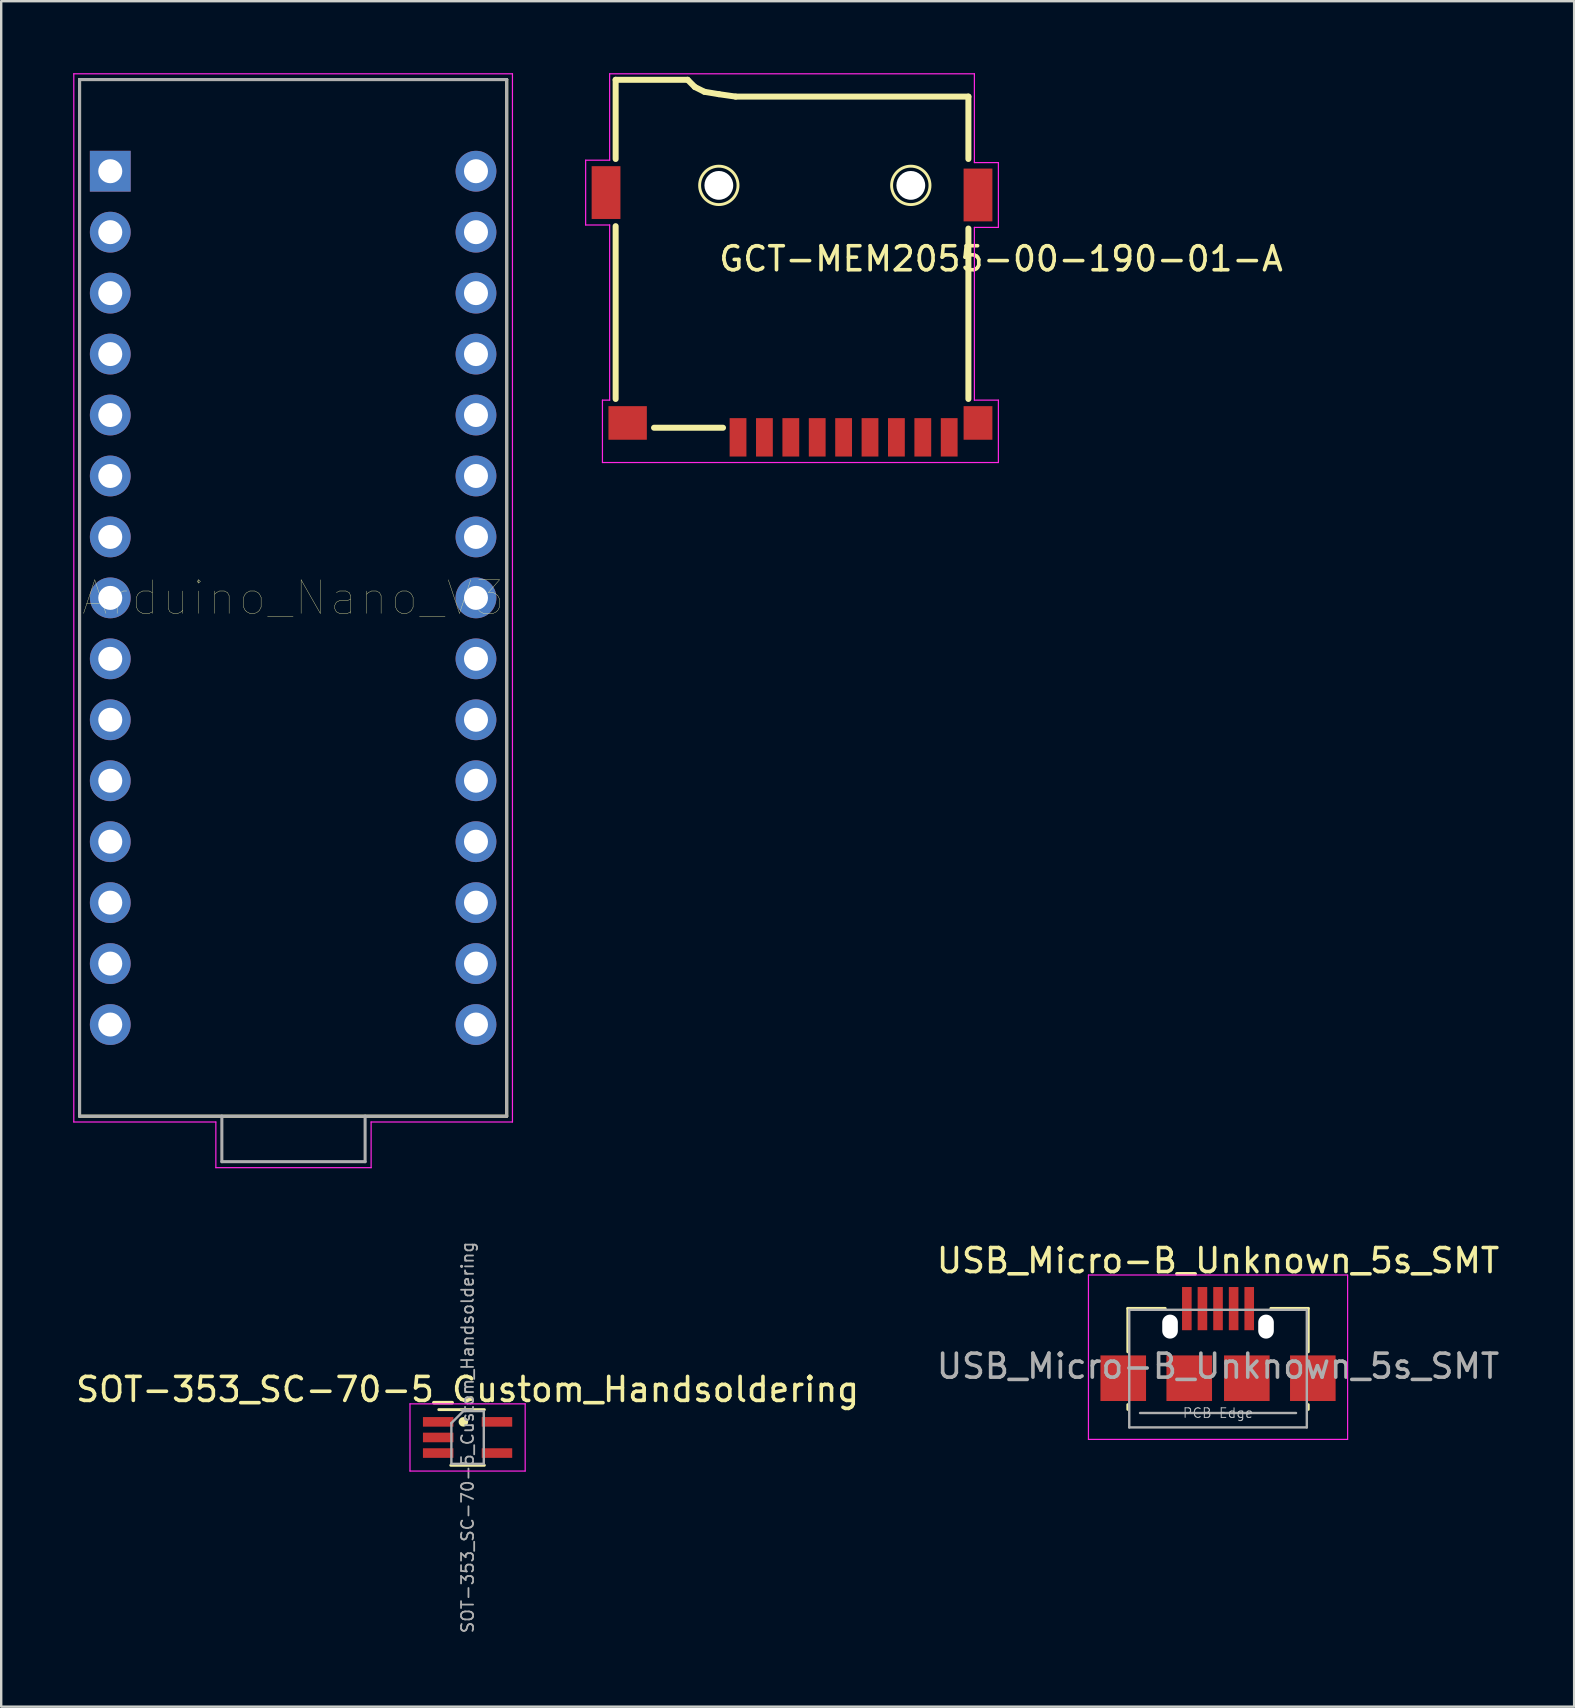
<source format=kicad_pcb>
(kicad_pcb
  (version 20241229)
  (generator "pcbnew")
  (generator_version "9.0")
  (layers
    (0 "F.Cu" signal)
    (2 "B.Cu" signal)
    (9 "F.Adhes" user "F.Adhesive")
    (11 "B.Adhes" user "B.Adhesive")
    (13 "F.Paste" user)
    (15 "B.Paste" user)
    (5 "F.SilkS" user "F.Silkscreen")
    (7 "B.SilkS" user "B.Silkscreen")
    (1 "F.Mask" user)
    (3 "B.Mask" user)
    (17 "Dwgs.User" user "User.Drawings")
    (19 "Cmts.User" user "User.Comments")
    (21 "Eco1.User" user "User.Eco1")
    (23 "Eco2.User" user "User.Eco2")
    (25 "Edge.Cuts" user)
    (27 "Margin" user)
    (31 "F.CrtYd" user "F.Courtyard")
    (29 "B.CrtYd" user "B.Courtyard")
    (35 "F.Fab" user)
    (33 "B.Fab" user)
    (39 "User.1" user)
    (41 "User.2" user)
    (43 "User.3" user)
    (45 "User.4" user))
  (footprint "Arduino_Nano_V3"
    (layer "F.Cu")
    (at 9.165 21.865)
    (property "Reference" "Arduino_Nano_V3" (at 0 0 0) (layer "F.SilkS") (effects (font (size 1.4 1.4) (thickness 0.015))))
    (attr through_hole)
    (fp_line (start -8.9 -21.6) (end 8.9 -21.6) (stroke (width 0.127) (type solid)) (layer "F.SilkS"))
    (fp_line (start -8.9 21.6) (end -8.9 -21.6) (stroke (width 0.127) (type solid)) (layer "F.SilkS"))
    (fp_line (start 8.9 -21.6) (end 8.9 21.6) (stroke (width 0.127) (type solid)) (layer "F.SilkS"))
    (fp_line (start 8.9 21.6) (end -8.9 21.6) (stroke (width 0.127) (type solid)) (layer "F.SilkS"))
    (fp_line (start -9.14 -21.84) (end 9.14 -21.84) (stroke (width 0.05) (type solid)) (layer "F.CrtYd"))
    (fp_line (start -9.14 21.84) (end -9.14 -21.84) (stroke (width 0.05) (type solid)) (layer "F.CrtYd"))
    (fp_line (start -9.14 21.84) (end -3.22 21.84) (stroke (width 0.05) (type solid)) (layer "F.CrtYd"))
    (fp_line (start -3.22 21.84) (end -3.22 23.745) (stroke (width 0.05) (type solid)) (layer "F.CrtYd"))
    (fp_line (start -3.22 23.745) (end 3.25 23.745) (stroke (width 0.05) (type solid)) (layer "F.CrtYd"))
    (fp_line (start 3.25 21.84) (end 9.14 21.84) (stroke (width 0.05) (type solid)) (layer "F.CrtYd"))
    (fp_line (start 3.25 23.745) (end 3.25 21.84) (stroke (width 0.05) (type solid)) (layer "F.CrtYd"))
    (fp_line (start 9.14 -21.84) (end 9.14 21.84) (stroke (width 0.05) (type solid)) (layer "F.CrtYd"))
    (fp_line (start -8.9 -21.6) (end 8.9 -21.6) (stroke (width 0.127) (type solid)) (layer "F.Fab"))
    (fp_line (start -8.9 21.6) (end -8.9 -21.6) (stroke (width 0.127) (type solid)) (layer "F.Fab"))
    (fp_line (start -2.97 21.6) (end -8.9 21.6) (stroke (width 0.127) (type solid)) (layer "F.Fab"))
    (fp_line (start -2.97 21.6) (end -2.97 23.495) (stroke (width 0.127) (type solid)) (layer "F.Fab"))
    (fp_line (start -2.97 23.495) (end 3 23.495) (stroke (width 0.127) (type solid)) (layer "F.Fab"))
    (fp_line (start 3 21.6) (end -2.97 21.6) (stroke (width 0.127) (type solid)) (layer "F.Fab"))
    (fp_line (start 3 23.495) (end 3 21.6) (stroke (width 0.127) (type solid)) (layer "F.Fab"))
    (fp_line (start 8.9 -21.6) (end 8.9 21.6) (stroke (width 0.127) (type solid)) (layer "F.Fab"))
    (fp_line (start 8.9 21.6) (end 3 21.6) (stroke (width 0.127) (type solid)) (layer "F.Fab"))
    (pad "1" thru_hole rect (at -7.62 -17.78) (size 1.7 1.7) (drill 1) (layers "*.Cu" "*.Mask"))
    (pad "2" thru_hole oval (at -7.62 -15.24) (size 1.7 1.7) (drill 1) (layers "*.Cu" "*.Mask"))
    (pad "3" thru_hole oval (at -7.62 -12.7) (size 1.7 1.7) (drill 1) (layers "*.Cu" "*.Mask"))
    (pad "4" thru_hole oval (at -7.62 -10.16) (size 1.7 1.7) (drill 1) (layers "*.Cu" "*.Mask"))
    (pad "5" thru_hole oval (at -7.62 -7.62) (size 1.7 1.7) (drill 1) (layers "*.Cu" "*.Mask"))
    (pad "6" thru_hole oval (at -7.62 -5.08) (size 1.7 1.7) (drill 1) (layers "*.Cu" "*.Mask"))
    (pad "7" thru_hole oval (at -7.62 -2.54) (size 1.7 1.7) (drill 1) (layers "*.Cu" "*.Mask"))
    (pad "8" thru_hole oval (at -7.62 0) (size 1.7 1.7) (drill 1) (layers "*.Cu" "*.Mask"))
    (pad "9" thru_hole oval (at -7.62 2.54) (size 1.7 1.7) (drill 1) (layers "*.Cu" "*.Mask"))
    (pad "10" thru_hole oval (at -7.62 5.08) (size 1.7 1.7) (drill 1) (layers "*.Cu" "*.Mask"))
    (pad "11" thru_hole oval (at -7.62 7.62) (size 1.7 1.7) (drill 1) (layers "*.Cu" "*.Mask"))
    (pad "12" thru_hole oval (at -7.62 10.16) (size 1.7 1.7) (drill 1) (layers "*.Cu" "*.Mask"))
    (pad "13" thru_hole oval (at -7.62 12.7) (size 1.7 1.7) (drill 1) (layers "*.Cu" "*.Mask"))
    (pad "14" thru_hole oval (at -7.62 15.24) (size 1.7 1.7) (drill 1) (layers "*.Cu" "*.Mask"))
    (pad "15" thru_hole oval (at -7.62 17.78) (size 1.7 1.7) (drill 1) (layers "*.Cu" "*.Mask"))
    (pad "16" thru_hole oval (at 7.62 17.78) (size 1.7 1.7) (drill 1) (layers "*.Cu" "*.Mask"))
    (pad "17" thru_hole oval (at 7.62 15.24) (size 1.7 1.7) (drill 1) (layers "*.Cu" "*.Mask"))
    (pad "18" thru_hole oval (at 7.62 12.7) (size 1.7 1.7) (drill 1) (layers "*.Cu" "*.Mask"))
    (pad "19" thru_hole oval (at 7.62 10.16) (size 1.7 1.7) (drill 1) (layers "*.Cu" "*.Mask"))
    (pad "20" thru_hole oval (at 7.62 7.62) (size 1.7 1.7) (drill 1) (layers "*.Cu" "*.Mask"))
    (pad "21" thru_hole oval (at 7.62 5.08) (size 1.7 1.7) (drill 1) (layers "*.Cu" "*.Mask"))
    (pad "22" thru_hole oval (at 7.62 2.54) (size 1.7 1.7) (drill 1) (layers "*.Cu" "*.Mask"))
    (pad "23" thru_hole oval (at 7.62 0) (size 1.7 1.7) (drill 1) (layers "*.Cu" "*.Mask"))
    (pad "24" thru_hole oval (at 7.62 -2.54) (size 1.7 1.7) (drill 1) (layers "*.Cu" "*.Mask"))
    (pad "25" thru_hole oval (at 7.62 -5.08) (size 1.7 1.7) (drill 1) (layers "*.Cu" "*.Mask"))
    (pad "26" thru_hole oval (at 7.62 -7.62) (size 1.7 1.7) (drill 1) (layers "*.Cu" "*.Mask"))
    (pad "27" thru_hole oval (at 7.62 -10.16) (size 1.7 1.7) (drill 1) (layers "*.Cu" "*.Mask"))
    (pad "28" thru_hole oval (at 7.62 -12.7) (size 1.7 1.7) (drill 1) (layers "*.Cu" "*.Mask"))
    (pad "29" thru_hole oval (at 7.62 -15.24) (size 1.7 1.7) (drill 1) (layers "*.Cu" "*.Mask"))
    (pad "30" thru_hole oval (at 7.62 -17.78) (size 1.7 1.7) (drill 1) (layers "*.Cu" "*.Mask")))
  (footprint "GCT-MEM2055-00-190-01-A"
    (layer "F.Cu")
    (at 29.955 15.975)
    (property "Reference" "GCT-MEM2055-00-190-01-A" (at 8.71 -8.24 180) (layer "F.SilkS") (effects (font (size 1 1) (thickness 0.15))))
    (attr through_hole)
    (fp_line (start -7.35 -15.7) (end -7.35 -12.4) (stroke (width 0.25) (type solid)) (layer "F.SilkS"))
    (fp_line (start -7.35 -9.6) (end -7.35 -2.4) (stroke (width 0.25) (type solid)) (layer "F.SilkS"))
    (fp_line (start -4.35 -15.7) (end -7.35 -15.7) (stroke (width 0.25) (type solid)) (layer "F.SilkS"))
    (fp_line (start -4.05 -15.4) (end -4.35 -15.7) (stroke (width 0.25) (type solid)) (layer "F.SilkS"))
    (fp_line (start -3.65 -15.2) (end -4.05 -15.4) (stroke (width 0.25) (type solid)) (layer "F.SilkS"))
    (fp_line (start -3.05 -15.1) (end -3.65 -15.2) (stroke (width 0.25) (type solid)) (layer "F.SilkS"))
    (fp_line (start -2.875 -1.2) (end -5.75 -1.2) (stroke (width 0.25) (type solid)) (layer "F.SilkS"))
    (fp_line (start -2.35 -15) (end -3.05 -15.1) (stroke (width 0.25) (type solid)) (layer "F.SilkS"))
    (fp_line (start 7.35 -15) (end -2.35 -15) (stroke (width 0.25) (type solid)) (layer "F.SilkS"))
    (fp_line (start 7.35 -15) (end 7.35 -12.4) (stroke (width 0.25) (type solid)) (layer "F.SilkS"))
    (fp_line (start 7.35 -2.4) (end 7.35 -9.5) (stroke (width 0.25) (type solid)) (layer "F.SilkS"))
    (fp_circle (center -3.05 -11.3) (end -2.25 -11.3) (stroke (width 0.12) (type solid)) (fill no) (layer "F.SilkS"))
    (fp_circle (center 4.95 -11.3) (end 5.75 -11.3) (stroke (width 0.12) (type solid)) (fill no) (layer "F.SilkS"))
    (fp_line (start -8.6 -12.35) (end -8.6 -9.65) (stroke (width 0.05) (type solid)) (layer "F.CrtYd"))
    (fp_line (start -8.6 -12.35) (end -7.6 -12.35) (stroke (width 0.05) (type solid)) (layer "F.CrtYd"))
    (fp_line (start -8.6 -9.65) (end -7.6 -9.65) (stroke (width 0.05) (type solid)) (layer "F.CrtYd"))
    (fp_line (start -7.9 -2.35) (end -7.9 0.25) (stroke (width 0.05) (type solid)) (layer "F.CrtYd"))
    (fp_line (start -7.9 0.25) (end 8.6 0.25) (stroke (width 0.05) (type solid)) (layer "F.CrtYd"))
    (fp_line (start -7.6 -15.95) (end 7.6 -15.95) (stroke (width 0.05) (type solid)) (layer "F.CrtYd"))
    (fp_line (start -7.6 -12.35) (end -7.6 -15.95) (stroke (width 0.05) (type solid)) (layer "F.CrtYd"))
    (fp_line (start -7.6 -9.65) (end -7.6 -2.35) (stroke (width 0.05) (type solid)) (layer "F.CrtYd"))
    (fp_line (start -7.6 -2.35) (end -7.9 -2.35) (stroke (width 0.05) (type solid)) (layer "F.CrtYd"))
    (fp_line (start 7.6 -15.95) (end 7.6 -12.25) (stroke (width 0.05) (type solid)) (layer "F.CrtYd"))
    (fp_line (start 7.6 -12.25) (end 8.6 -12.25) (stroke (width 0.05) (type solid)) (layer "F.CrtYd"))
    (fp_line (start 7.6 -9.55) (end 7.6 -2.35) (stroke (width 0.05) (type solid)) (layer "F.CrtYd"))
    (fp_line (start 7.6 -9.55) (end 8.6 -9.55) (stroke (width 0.05) (type solid)) (layer "F.CrtYd"))
    (fp_line (start 7.6 -2.35) (end 8.6 -2.35) (stroke (width 0.05) (type solid)) (layer "F.CrtYd"))
    (fp_line (start 8.6 -12.25) (end 8.6 -9.55) (stroke (width 0.05) (type solid)) (layer "F.CrtYd"))
    (fp_line (start 8.6 -2.35) (end 8.6 0.25) (stroke (width 0.05) (type solid)) (layer "F.CrtYd"))
    (pad "" np_thru_hole circle (at -3.05 -11.3 180) (size 1.2 1.2) (drill 1.2) (layers "*.Cu" "*.Mask"))
    (pad "" np_thru_hole circle (at 4.95 -11.3 180) (size 1.2 1.2) (drill 1.2) (layers "*.Cu" "*.Mask"))
    (pad "1" smd rect (at -2.25 -0.8) (size 0.7 1.6) (layers "F.Cu" "F.Mask" "F.Paste"))
    (pad "2" smd rect (at -1.15 -0.8) (size 0.7 1.6) (layers "F.Cu" "F.Mask" "F.Paste"))
    (pad "3" smd rect (at -0.05 -0.8) (size 0.7 1.6) (layers "F.Cu" "F.Mask" "F.Paste"))
    (pad "4" smd rect (at 1.05 -0.8) (size 0.7 1.6) (layers "F.Cu" "F.Mask" "F.Paste"))
    (pad "5" smd rect (at 2.15 -0.8) (size 0.7 1.6) (layers "F.Cu" "F.Mask" "F.Paste"))
    (pad "6" smd rect (at 3.25 -0.8) (size 0.7 1.6) (layers "F.Cu" "F.Mask" "F.Paste"))
    (pad "7" smd rect (at 4.35 -0.8) (size 0.7 1.6) (layers "F.Cu" "F.Mask" "F.Paste"))
    (pad "8" smd rect (at 5.45 -0.8) (size 0.7 1.6) (layers "F.Cu" "F.Mask" "F.Paste"))
    (pad "9" smd rect (at 6.55 -0.8) (size 0.7 1.6) (layers "F.Cu" "F.Mask" "F.Paste"))
    (pad "10" smd rect (at -7.75 -11 180) (size 1.2 2.2) (layers "F.Cu" "F.Mask" "F.Paste"))
    (pad "10" smd rect (at -6.85 -1.4) (size 1.6 1.4) (layers "F.Cu" "F.Mask" "F.Paste"))
    (pad "10" smd rect (at 7.75 -10.9 180) (size 1.2 2.2) (layers "F.Cu" "F.Mask" "F.Paste"))
    (pad "10" smd rect (at 7.75 -1.4) (size 1.2 1.4) (layers "F.Cu" "F.Mask" "F.Paste")))
  (footprint "SOT-353_SC-70-5_Custom_Handsoldering"
    (layer "F.Cu")
    (at 16.435 56.852)
    (property "Reference" "SOT-353_SC-70-5_Custom_Handsoldering" (at 0 -2 0) (layer "F.SilkS") (effects (font (size 1 1) (thickness 0.15))))
    (attr smd)
    (fp_line (start -0.7 1.16) (end 0.7 1.16) (stroke (width 0.12) (type solid)) (layer "F.SilkS"))
    (fp_line (start 0.7 -1.16) (end -1.2 -1.16) (stroke (width 0.12) (type solid)) (layer "F.SilkS"))
    (fp_circle (center -0.175 -0.65) (end -0.075 -0.65) (stroke (width 0.2) (type solid)) (fill no) (layer "F.SilkS"))
    (fp_line (start -2.4 -1.4) (end -2.4 1.4) (stroke (width 0.05) (type solid)) (layer "F.CrtYd"))
    (fp_line (start -2.4 -1.4) (end 2.4 -1.4) (stroke (width 0.05) (type solid)) (layer "F.CrtYd"))
    (fp_line (start -2.4 1.4) (end 2.4 1.4) (stroke (width 0.05) (type solid)) (layer "F.CrtYd"))
    (fp_line (start 2.4 1.4) (end 2.4 -1.4) (stroke (width 0.05) (type solid)) (layer "F.CrtYd"))
    (fp_line (start -0.675 -0.6) (end -0.675 1.1) (stroke (width 0.1) (type solid)) (layer "F.Fab"))
    (fp_line (start -0.175 -1.1) (end -0.675 -0.6) (stroke (width 0.1) (type solid)) (layer "F.Fab"))
    (fp_line (start 0.675 -1.1) (end -0.175 -1.1) (stroke (width 0.1) (type solid)) (layer "F.Fab"))
    (fp_line (start 0.675 -1.1) (end 0.675 1.1) (stroke (width 0.1) (type solid)) (layer "F.Fab"))
    (fp_line (start 0.675 1.1) (end -0.675 1.1) (stroke (width 0.1) (type solid)) (layer "F.Fab"))
    (fp_text user "${REFERENCE}" (at 0 0 270) (layer "F.Fab") (effects (font (size 0.5 0.5) (thickness 0.075))))
    (pad "1" smd rect (at -1.225 -0.65) (size 1.27 0.4) (layers "F.Cu" "F.Mask" "F.Paste"))
    (pad "2" smd rect (at -1.225 0) (size 1.27 0.4) (layers "F.Cu" "F.Mask" "F.Paste"))
    (pad "3" smd rect (at -1.225 0.65) (size 1.27 0.4) (layers "F.Cu" "F.Mask" "F.Paste"))
    (pad "4" smd rect (at 1.225 0.65) (size 1.27 0.4) (layers "F.Cu" "F.Mask" "F.Paste"))
    (pad "5" smd rect (at 1.225 -0.65) (size 1.27 0.4) (layers "F.Cu" "F.Mask" "F.Paste")))
  (footprint "USB_Micro-B_Unknown_5s_SMT"
    (layer "F.Cu")
    (at 47.708 52.083)
    (property "Reference" "USB_Micro-B_Unknown_5s_SMT" (at 0 -2.6 180) (layer "F.SilkS") (effects (font (size 1 1) (thickness 0.15))))
    (attr smd)
    (fp_line (start -3.76 -0.61) (end -2.2 -0.61) (stroke (width 0.12) (type solid)) (layer "F.SilkS"))
    (fp_line (start -3.76 1.2) (end -3.76 -0.61) (stroke (width 0.12) (type solid)) (layer "F.SilkS"))
    (fp_line (start -3.76 3.4) (end -3.76 3.6) (stroke (width 0.12) (type solid)) (layer "F.SilkS"))
    (fp_line (start 3.76 -0.61) (end 2.2 -0.61) (stroke (width 0.12) (type solid)) (layer "F.SilkS"))
    (fp_line (start 3.76 1.2) (end 3.76 -0.61) (stroke (width 0.12) (type solid)) (layer "F.SilkS"))
    (fp_line (start 3.76 3.4) (end 3.76 3.6) (stroke (width 0.12) (type solid)) (layer "F.SilkS"))
    (fp_line (start -5.4 -2) (end -5.4 4.85) (stroke (width 0.05) (type solid)) (layer "F.CrtYd"))
    (fp_line (start -5.4 -2) (end 5.4 -2) (stroke (width 0.05) (type solid)) (layer "F.CrtYd"))
    (fp_line (start 5.4 -2) (end 5.4 4.85) (stroke (width 0.05) (type solid)) (layer "F.CrtYd"))
    (fp_line (start 5.4 4.85) (end -5.4 4.85) (stroke (width 0.05) (type solid)) (layer "F.CrtYd"))
    (fp_line (start -3.7 -0.55) (end -3.7 4.35) (stroke (width 0.1) (type solid)) (layer "F.Fab"))
    (fp_line (start -3.7 4.35) (end 3.7 4.35) (stroke (width 0.1) (type solid)) (layer "F.Fab"))
    (fp_line (start -3.25 3.75) (end 3.25 3.75) (stroke (width 0.1) (type solid)) (layer "F.Fab"))
    (fp_line (start 3.7 -0.55) (end -3.7 -0.55) (stroke (width 0.1) (type solid)) (layer "F.Fab"))
    (fp_line (start 3.7 4.35) (end 3.7 -0.55) (stroke (width 0.1) (type solid)) (layer "F.Fab"))
    (fp_text user "PCB Edge" (at 0 3.75 0) (layer "Dwgs.User") (effects (font (size 0.4 0.4) (thickness 0.04))))
    (fp_text user "${REFERENCE}" (at 0 1.8 180) (layer "F.Fab") (effects (font (size 1 1) (thickness 0.15))))
    (pad "" np_thru_hole oval (at -2 0.15) (size 0.65 1) (drill oval 0.65 1) (layers "*.Cu" "*.Mask"))
    (pad "" np_thru_hole oval (at 2 0.15) (size 0.65 1) (drill oval 0.65 1) (layers "*.Cu" "*.Mask"))
    (pad "1" smd rect (at -1.3 -0.6) (size 0.4 1.8) (layers "F.Cu" "F.Mask" "F.Paste"))
    (pad "2" smd rect (at -0.65 -0.6) (size 0.4 1.8) (layers "F.Cu" "F.Mask" "F.Paste"))
    (pad "3" smd rect (at 0 -0.6) (size 0.4 1.8) (layers "F.Cu" "F.Mask" "F.Paste"))
    (pad "4" smd rect (at 0.65 -0.6) (size 0.4 1.8) (layers "F.Cu" "F.Mask" "F.Paste"))
    (pad "5" smd rect (at 1.3 -0.6) (size 0.4 1.8) (layers "F.Cu" "F.Mask" "F.Paste"))
    (pad "6" smd rect (at -3.95 2.3) (size 1.9 1.9) (layers "F.Cu" "F.Mask" "F.Paste"))
    (pad "6" smd rect (at -1.2 2.3) (size 1.9 1.9) (layers "F.Cu" "F.Mask" "F.Paste"))
    (pad "6" smd rect (at 1.2 2.3) (size 1.9 1.9) (layers "F.Cu" "F.Mask" "F.Paste"))
    (pad "6" smd rect (at 3.95 2.3) (size 1.9 1.9) (layers "F.Cu" "F.Mask" "F.Paste")))
  (gr_rect
    (start -3 -3)
    (end 62.548 68.07)
    (stroke (width 0.1) (type default))
    (fill no)
    (layer "Edge.Cuts")))
</source>
